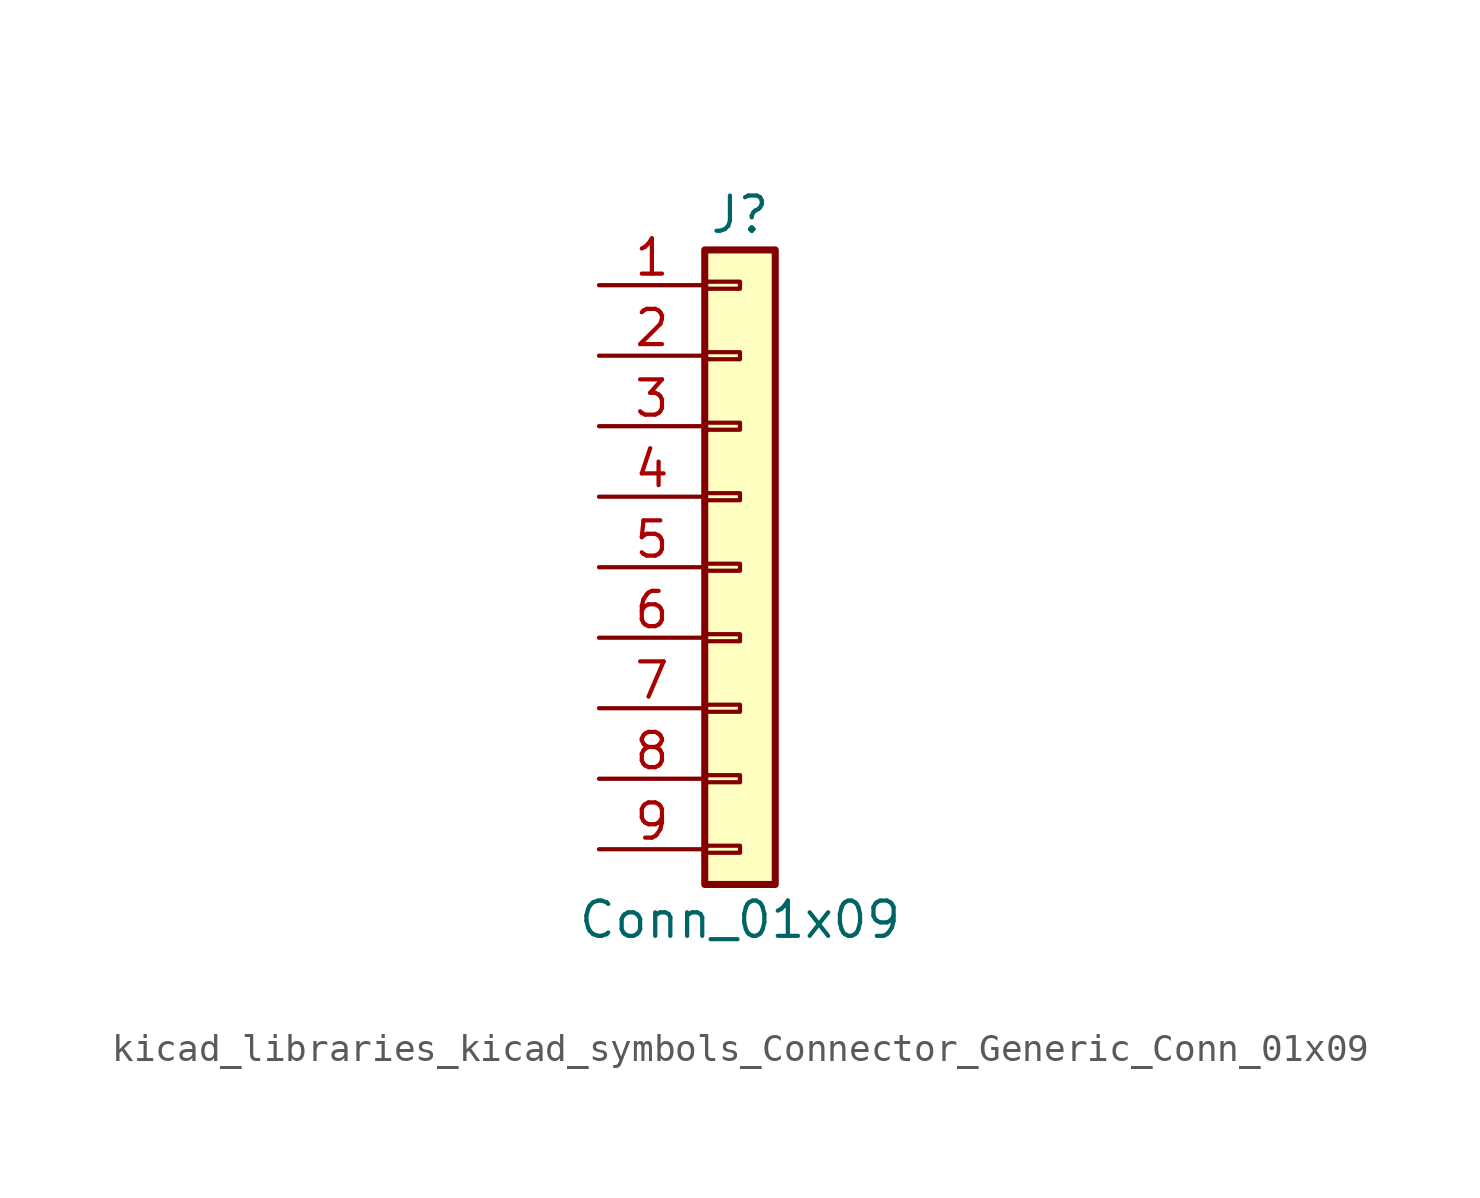
<source format=kicad_sym>
(kicad_symbol_lib
  (version 20220914)
  (generator kicad_symbol_editor)
  (symbol "kicad_libraries_kicad_symbols_Connector_Generic_Conn_01x09"
    (pin_names
      (offset 1.016) hide)
    (property "Reference" "J"
      (at 0 12.7 0)
      (effects (font (size 1.27 1.27))))
    (property "Value" "Conn_01x09"
      (at 0 -12.7 0)
      (effects (font (size 1.27 1.27))))
    (symbol "kicad_libraries_kicad_symbols_Connector_Generic_Conn_01x09_1_1"
      (rectangle (start -1.27 -10.033) (end 0 -10.287) (stroke (width 0.152) (type default)) (fill (type none)))
      (rectangle (start -1.27 -7.493) (end 0 -7.747) (stroke (width 0.152) (type default)) (fill (type none)))
      (rectangle (start -1.27 -4.953) (end 0 -5.207) (stroke (width 0.152) (type default)) (fill (type none)))
      (rectangle (start -1.27 -2.413) (end 0 -2.667) (stroke (width 0.152) (type default)) (fill (type none)))
      (rectangle (start -1.27 0.127) (end 0 -0.127) (stroke (width 0.152) (type default)) (fill (type none)))
      (rectangle (start -1.27 2.667) (end 0 2.413) (stroke (width 0.152) (type default)) (fill (type none)))
      (rectangle (start -1.27 5.207) (end 0 4.953) (stroke (width 0.152) (type default)) (fill (type none)))
      (rectangle (start -1.27 7.747) (end 0 7.493) (stroke (width 0.152) (type default)) (fill (type none)))
      (rectangle (start -1.27 10.287) (end 0 10.033) (stroke (width 0.152) (type default)) (fill (type none)))
      (rectangle (start -1.27 11.43) (end 1.27 -11.43) (stroke (width 0.254) (type default)) (fill (type background)))
      (pin passive line (at -5.08 10.16 0) (length 3.81) (name "Pin_1" (effects (font (size 1.27 1.27)))) (number "1" (effects (font (size 1.27 1.27)))))
      (pin passive line (at -5.08 7.62 0) (length 3.81) (name "Pin_2" (effects (font (size 1.27 1.27)))) (number "2" (effects (font (size 1.27 1.27)))))
      (pin passive line (at -5.08 5.08 0) (length 3.81) (name "Pin_3" (effects (font (size 1.27 1.27)))) (number "3" (effects (font (size 1.27 1.27)))))
      (pin passive line (at -5.08 2.54 0) (length 3.81) (name "Pin_4" (effects (font (size 1.27 1.27)))) (number "4" (effects (font (size 1.27 1.27)))))
      (pin passive line (at -5.08 0 0) (length 3.81) (name "Pin_5" (effects (font (size 1.27 1.27)))) (number "5" (effects (font (size 1.27 1.27)))))
      (pin passive line (at -5.08 -2.54 0) (length 3.81) (name "Pin_6" (effects (font (size 1.27 1.27)))) (number "6" (effects (font (size 1.27 1.27)))))
      (pin passive line (at -5.08 -5.08 0) (length 3.81) (name "Pin_7" (effects (font (size 1.27 1.27)))) (number "7" (effects (font (size 1.27 1.27)))))
      (pin passive line (at -5.08 -7.62 0) (length 3.81) (name "Pin_8" (effects (font (size 1.27 1.27)))) (number "8" (effects (font (size 1.27 1.27)))))
      (pin passive line (at -5.08 -10.16 0) (length 3.81) (name "Pin_9" (effects (font (size 1.27 1.27)))) (number "9" (effects (font (size 1.27 1.27))))))))
</source>
